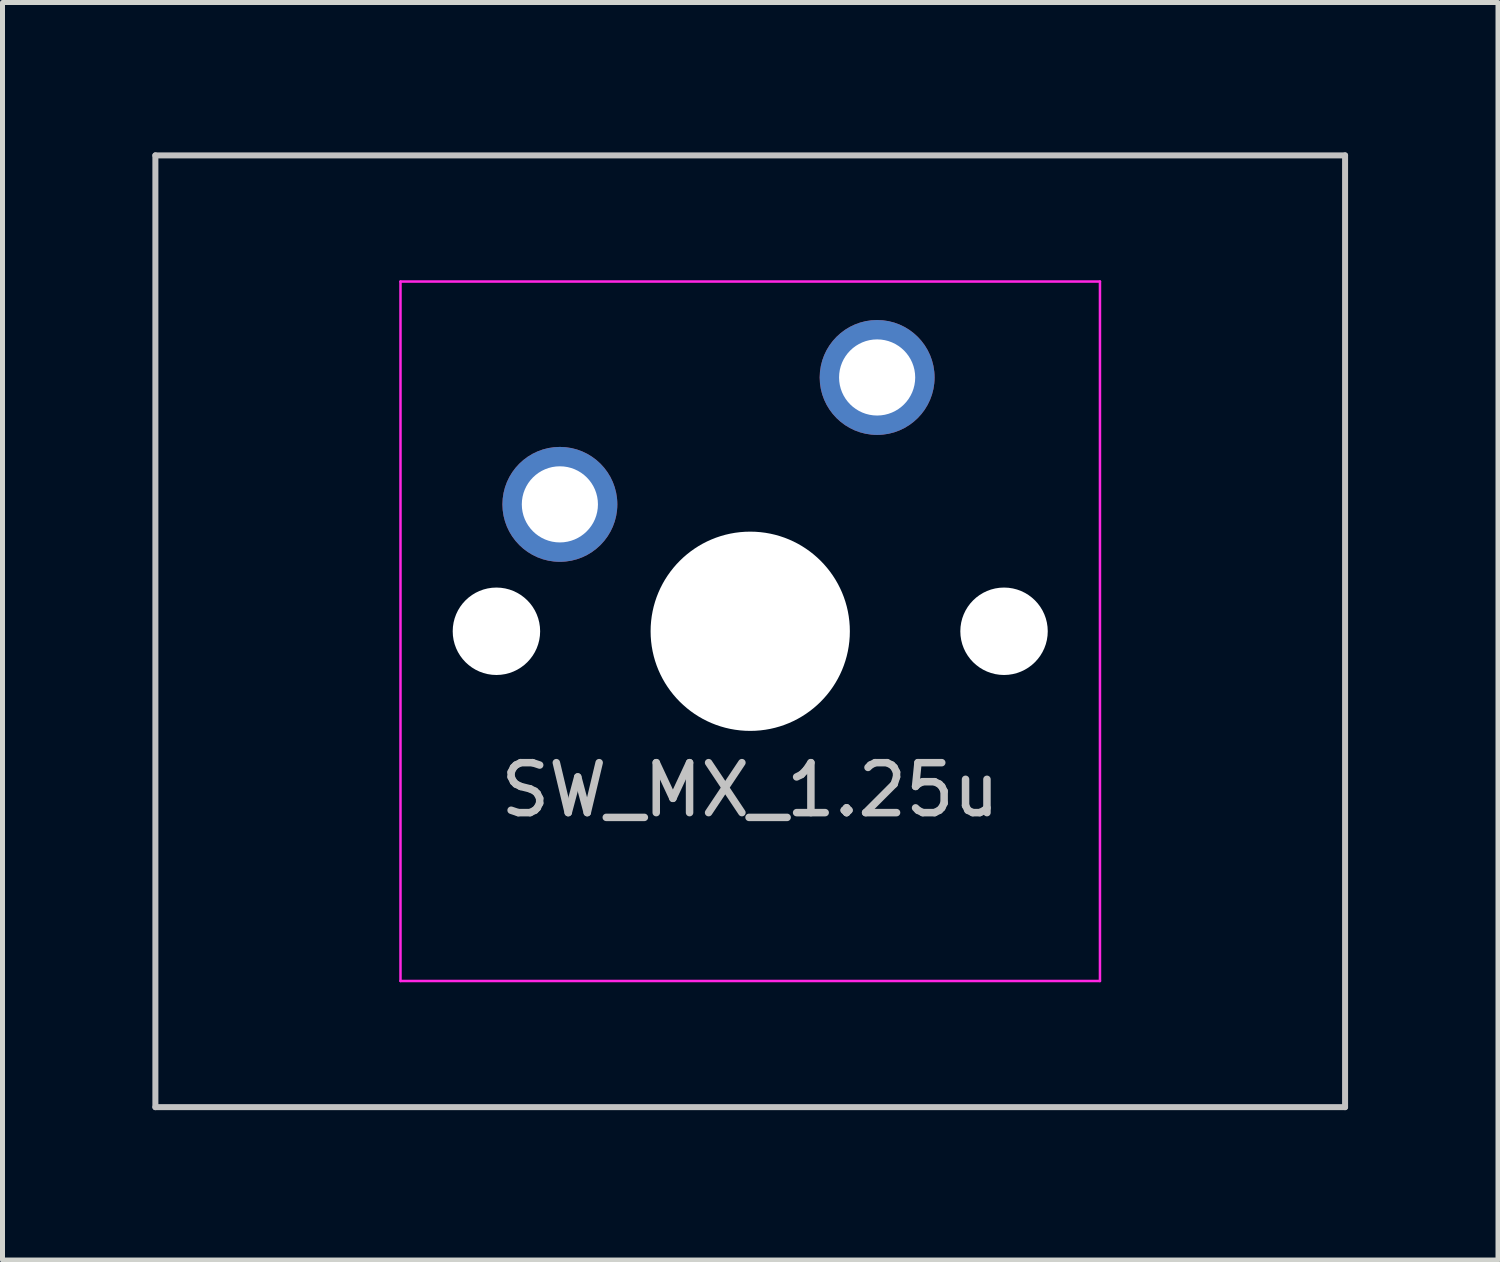
<source format=kicad_pcb>
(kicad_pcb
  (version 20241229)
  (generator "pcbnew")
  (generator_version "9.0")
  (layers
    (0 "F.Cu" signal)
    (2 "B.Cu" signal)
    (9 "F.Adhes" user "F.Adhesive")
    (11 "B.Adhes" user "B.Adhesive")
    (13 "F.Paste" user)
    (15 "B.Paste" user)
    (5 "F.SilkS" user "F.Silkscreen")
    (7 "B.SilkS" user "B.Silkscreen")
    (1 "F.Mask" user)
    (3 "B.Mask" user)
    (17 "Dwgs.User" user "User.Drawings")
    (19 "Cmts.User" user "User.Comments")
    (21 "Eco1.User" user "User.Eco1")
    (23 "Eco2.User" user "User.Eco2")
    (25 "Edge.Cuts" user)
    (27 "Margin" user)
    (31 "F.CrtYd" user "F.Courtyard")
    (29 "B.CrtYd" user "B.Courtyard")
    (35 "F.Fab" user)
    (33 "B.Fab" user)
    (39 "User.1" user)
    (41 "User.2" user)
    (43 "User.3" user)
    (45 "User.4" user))
  (footprint "SW_MX_1.25u"
    (layer "F.Cu")
    (at 11.966 9.585)
    (property "Reference" "SW_MX_1.25u" (at 0 3.175 0) (layer "Dwgs.User") (effects (font (size 1 1) (thickness 0.15))))
    (attr through_hole exclude_from_pos_files)
    (fp_line (start -11.906 -9.525) (end -11.906 9.525) (stroke (width 0.12) (type solid)) (layer "Dwgs.User"))
    (fp_line (start -11.906 9.525) (end 11.906 9.525) (stroke (width 0.12) (type solid)) (layer "Dwgs.User"))
    (fp_line (start 11.906 -9.525) (end -11.906 -9.525) (stroke (width 0.12) (type solid)) (layer "Dwgs.User"))
    (fp_line (start 11.906 9.525) (end 11.906 -9.525) (stroke (width 0.12) (type solid)) (layer "Dwgs.User"))
    (fp_line (start -7 6.5) (end -7 -6.5) (stroke (width 0.05) (type solid)) (layer "Eco2.User"))
    (fp_line (start -6.5 -7) (end 6.5 -7) (stroke (width 0.05) (type solid)) (layer "Eco2.User"))
    (fp_line (start 6.5 7) (end -6.5 7) (stroke (width 0.05) (type solid)) (layer "Eco2.User"))
    (fp_line (start 7 -6.5) (end 7 6.5) (stroke (width 0.05) (type solid)) (layer "Eco2.User"))
    (fp_arc (start -7 -6.5) (mid -6.853553 -6.853553) (end -6.5 -7) (stroke (width 0.05) (type solid)) (layer "Eco2.User"))
    (fp_arc (start -6.5 7) (mid -6.853553 6.853553) (end -7 6.5) (stroke (width 0.05) (type solid)) (layer "Eco2.User"))
    (fp_arc (start 6.5 -7) (mid 6.853553 -6.853553) (end 7 -6.5) (stroke (width 0.05) (type solid)) (layer "Eco2.User"))
    (fp_arc (start 6.997236 6.498884) (mid 6.850789 6.852437) (end 6.497236 6.998884) (stroke (width 0.05) (type solid)) (layer "Eco2.User"))
    (fp_line (start -7 -7) (end -7 7) (stroke (width 0.05) (type solid)) (layer "F.CrtYd"))
    (fp_line (start -7 7) (end 7 7) (stroke (width 0.05) (type solid)) (layer "F.CrtYd"))
    (fp_line (start 7 -7) (end -7 -7) (stroke (width 0.05) (type solid)) (layer "F.CrtYd"))
    (fp_line (start 7 7) (end 7 -7) (stroke (width 0.05) (type solid)) (layer "F.CrtYd"))
    (pad "" np_thru_hole circle (at -5.08 0) (size 1.75 1.75) (drill 1.75) (layers "*.Cu" "*.Mask"))
    (pad "" np_thru_hole circle (at 0 0) (size 3.988 3.988) (drill 3.988) (layers "*.Cu" "*.Mask"))
    (pad "" np_thru_hole circle (at 5.08 0) (size 1.75 1.75) (drill 1.75) (layers "*.Cu" "*.Mask"))
    (pad "1" thru_hole circle (at -3.81 -2.54) (size 2.3 2.3) (drill 1.524) (layers "*.Cu" "B.Mask"))
    (pad "2" thru_hole circle (at 2.54 -5.08) (size 2.3 2.3) (drill 1.524) (layers "*.Cu" "B.Mask")))
  (gr_rect
    (start -3 -3)
    (end 26.933 22.17)
    (stroke (width 0.1) (type default))
    (fill no)
    (layer "Edge.Cuts")))
</source>
